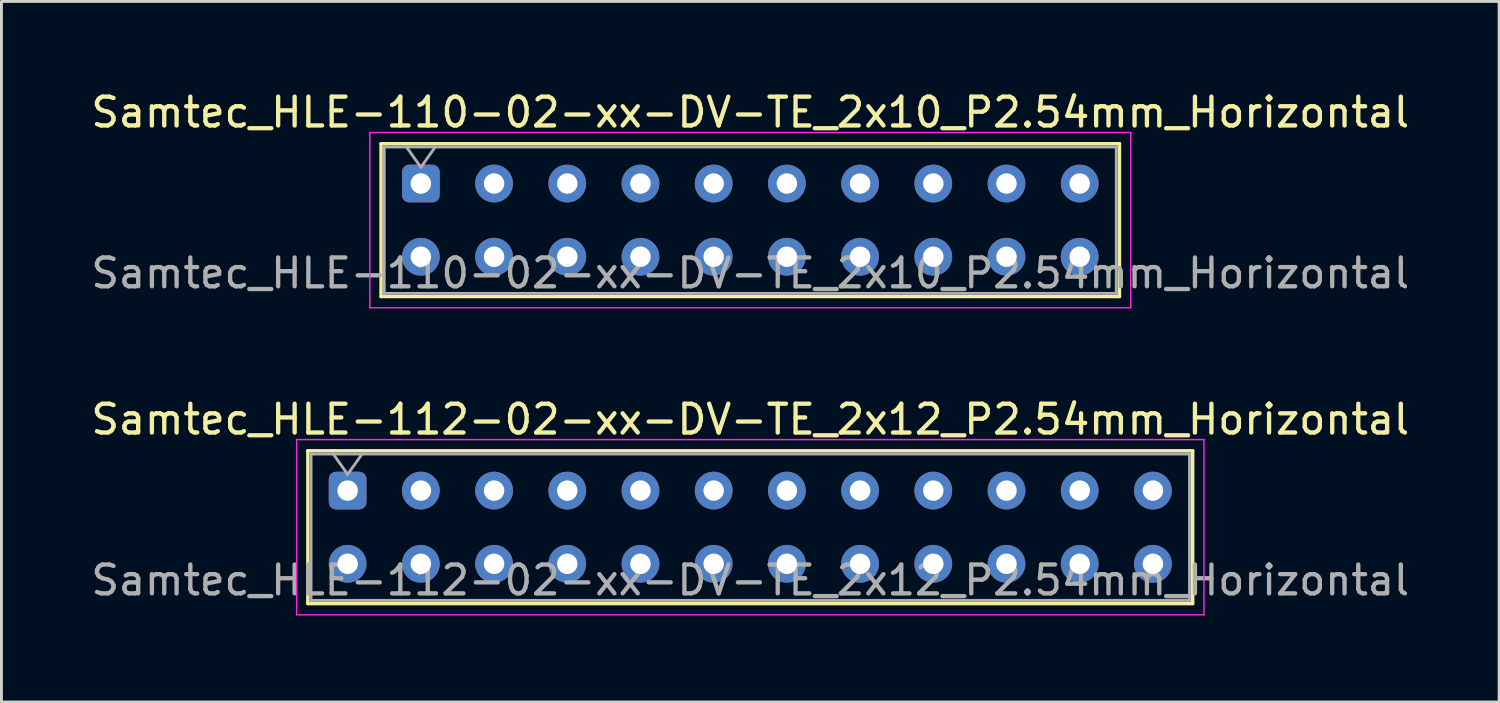
<source format=kicad_pcb>
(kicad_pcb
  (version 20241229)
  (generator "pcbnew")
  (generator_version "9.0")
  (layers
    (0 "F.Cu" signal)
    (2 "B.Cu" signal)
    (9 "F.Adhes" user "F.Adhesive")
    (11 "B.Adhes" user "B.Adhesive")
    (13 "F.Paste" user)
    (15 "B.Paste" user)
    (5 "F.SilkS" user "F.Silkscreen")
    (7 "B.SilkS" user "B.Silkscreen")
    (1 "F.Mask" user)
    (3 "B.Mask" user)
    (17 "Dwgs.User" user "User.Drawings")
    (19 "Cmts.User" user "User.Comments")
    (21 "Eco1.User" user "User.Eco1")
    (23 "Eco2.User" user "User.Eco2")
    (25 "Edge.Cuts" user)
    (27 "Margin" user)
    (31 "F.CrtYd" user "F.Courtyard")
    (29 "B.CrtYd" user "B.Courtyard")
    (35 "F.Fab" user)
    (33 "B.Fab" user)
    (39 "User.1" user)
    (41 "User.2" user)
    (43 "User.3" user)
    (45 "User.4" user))
  (footprint "Samtec_HLE-110-02-xx-DV-TE_2x10_P2.54mm_Horizontal"
    (layer "F.Cu")
    (at 11.552 3.318)
    (property "Reference" "Samtec_HLE-110-02-xx-DV-TE_2x10_P2.54mm_Horizontal" (at 11.43 -2.47 0) (layer "F.SilkS") (effects (font (size 1 1) (thickness 0.15))))
    (attr through_hole)
    (fp_line (start -1.38 -1.38) (end 24.24 -1.38) (stroke (width 0.12) (type solid)) (layer "F.SilkS"))
    (fp_line (start -1.38 3.92) (end -1.38 -1.38) (stroke (width 0.12) (type solid)) (layer "F.SilkS"))
    (fp_line (start 24.24 -1.38) (end 24.24 3.92) (stroke (width 0.12) (type solid)) (layer "F.SilkS"))
    (fp_line (start 24.24 3.92) (end -1.38 3.92) (stroke (width 0.12) (type solid)) (layer "F.SilkS"))
    (fp_line (start -1.77 -1.77) (end 24.63 -1.77) (stroke (width 0.05) (type solid)) (layer "F.CrtYd"))
    (fp_line (start -1.77 4.31) (end -1.77 -1.77) (stroke (width 0.05) (type solid)) (layer "F.CrtYd"))
    (fp_line (start 24.63 -1.77) (end 24.63 4.31) (stroke (width 0.05) (type solid)) (layer "F.CrtYd"))
    (fp_line (start 24.63 4.31) (end -1.77 4.31) (stroke (width 0.05) (type solid)) (layer "F.CrtYd"))
    (fp_line (start -1.27 -1.27) (end 24.13 -1.27) (stroke (width 0.1) (type solid)) (layer "F.Fab"))
    (fp_line (start -1.27 3.81) (end -1.27 -1.27) (stroke (width 0.1) (type solid)) (layer "F.Fab"))
    (fp_line (start -0.5 -1.27) (end 0 -0.563) (stroke (width 0.1) (type solid)) (layer "F.Fab"))
    (fp_line (start 0 -0.563) (end 0.5 -1.27) (stroke (width 0.1) (type solid)) (layer "F.Fab"))
    (fp_line (start 24.13 -1.27) (end 24.13 3.81) (stroke (width 0.1) (type solid)) (layer "F.Fab"))
    (fp_line (start 24.13 3.81) (end -1.27 3.81) (stroke (width 0.1) (type solid)) (layer "F.Fab"))
    (fp_text user "${REFERENCE}" (at 11.43 3.11 0) (layer "F.Fab") (effects (font (size 1 1) (thickness 0.15))))
    (pad "1" thru_hole roundrect (at 0 0) (size 1.31 1.31) (drill 0.71) (layers "*.Cu" "*.Mask") (roundrect_rratio 0.191))
    (pad "2" thru_hole circle (at 0 2.54) (size 1.31 1.31) (drill 0.71) (layers "*.Cu" "*.Mask"))
    (pad "3" thru_hole circle (at 2.54 0) (size 1.31 1.31) (drill 0.71) (layers "*.Cu" "*.Mask"))
    (pad "4" thru_hole circle (at 2.54 2.54) (size 1.31 1.31) (drill 0.71) (layers "*.Cu" "*.Mask"))
    (pad "5" thru_hole circle (at 5.08 0) (size 1.31 1.31) (drill 0.71) (layers "*.Cu" "*.Mask"))
    (pad "6" thru_hole circle (at 5.08 2.54) (size 1.31 1.31) (drill 0.71) (layers "*.Cu" "*.Mask"))
    (pad "7" thru_hole circle (at 7.62 0) (size 1.31 1.31) (drill 0.71) (layers "*.Cu" "*.Mask"))
    (pad "8" thru_hole circle (at 7.62 2.54) (size 1.31 1.31) (drill 0.71) (layers "*.Cu" "*.Mask"))
    (pad "9" thru_hole circle (at 10.16 0) (size 1.31 1.31) (drill 0.71) (layers "*.Cu" "*.Mask"))
    (pad "10" thru_hole circle (at 10.16 2.54) (size 1.31 1.31) (drill 0.71) (layers "*.Cu" "*.Mask"))
    (pad "11" thru_hole circle (at 12.7 0) (size 1.31 1.31) (drill 0.71) (layers "*.Cu" "*.Mask"))
    (pad "12" thru_hole circle (at 12.7 2.54) (size 1.31 1.31) (drill 0.71) (layers "*.Cu" "*.Mask"))
    (pad "13" thru_hole circle (at 15.24 0) (size 1.31 1.31) (drill 0.71) (layers "*.Cu" "*.Mask"))
    (pad "14" thru_hole circle (at 15.24 2.54) (size 1.31 1.31) (drill 0.71) (layers "*.Cu" "*.Mask"))
    (pad "15" thru_hole circle (at 17.78 0) (size 1.31 1.31) (drill 0.71) (layers "*.Cu" "*.Mask"))
    (pad "16" thru_hole circle (at 17.78 2.54) (size 1.31 1.31) (drill 0.71) (layers "*.Cu" "*.Mask"))
    (pad "17" thru_hole circle (at 20.32 0) (size 1.31 1.31) (drill 0.71) (layers "*.Cu" "*.Mask"))
    (pad "18" thru_hole circle (at 20.32 2.54) (size 1.31 1.31) (drill 0.71) (layers "*.Cu" "*.Mask"))
    (pad "19" thru_hole circle (at 22.86 0) (size 1.31 1.31) (drill 0.71) (layers "*.Cu" "*.Mask"))
    (pad "20" thru_hole circle (at 22.86 2.54) (size 1.31 1.31) (drill 0.71) (layers "*.Cu" "*.Mask")))
  (footprint "Samtec_HLE-112-02-xx-DV-TE_2x12_P2.54mm_Horizontal"
    (layer "F.Cu")
    (at 9.012 13.972)
    (property "Reference" "Samtec_HLE-112-02-xx-DV-TE_2x12_P2.54mm_Horizontal" (at 13.97 -2.47 0) (layer "F.SilkS") (effects (font (size 1 1) (thickness 0.15))))
    (attr through_hole)
    (fp_line (start -1.38 -1.38) (end 29.32 -1.38) (stroke (width 0.12) (type solid)) (layer "F.SilkS"))
    (fp_line (start -1.38 3.92) (end -1.38 -1.38) (stroke (width 0.12) (type solid)) (layer "F.SilkS"))
    (fp_line (start 29.32 -1.38) (end 29.32 3.92) (stroke (width 0.12) (type solid)) (layer "F.SilkS"))
    (fp_line (start 29.32 3.92) (end -1.38 3.92) (stroke (width 0.12) (type solid)) (layer "F.SilkS"))
    (fp_line (start -1.77 -1.77) (end 29.71 -1.77) (stroke (width 0.05) (type solid)) (layer "F.CrtYd"))
    (fp_line (start -1.77 4.31) (end -1.77 -1.77) (stroke (width 0.05) (type solid)) (layer "F.CrtYd"))
    (fp_line (start 29.71 -1.77) (end 29.71 4.31) (stroke (width 0.05) (type solid)) (layer "F.CrtYd"))
    (fp_line (start 29.71 4.31) (end -1.77 4.31) (stroke (width 0.05) (type solid)) (layer "F.CrtYd"))
    (fp_line (start -1.27 -1.27) (end 29.21 -1.27) (stroke (width 0.1) (type solid)) (layer "F.Fab"))
    (fp_line (start -1.27 3.81) (end -1.27 -1.27) (stroke (width 0.1) (type solid)) (layer "F.Fab"))
    (fp_line (start -0.5 -1.27) (end 0 -0.563) (stroke (width 0.1) (type solid)) (layer "F.Fab"))
    (fp_line (start 0 -0.563) (end 0.5 -1.27) (stroke (width 0.1) (type solid)) (layer "F.Fab"))
    (fp_line (start 29.21 -1.27) (end 29.21 3.81) (stroke (width 0.1) (type solid)) (layer "F.Fab"))
    (fp_line (start 29.21 3.81) (end -1.27 3.81) (stroke (width 0.1) (type solid)) (layer "F.Fab"))
    (fp_text user "${REFERENCE}" (at 13.97 3.11 0) (layer "F.Fab") (effects (font (size 1 1) (thickness 0.15))))
    (pad "1" thru_hole roundrect (at 0 0) (size 1.31 1.31) (drill 0.71) (layers "*.Cu" "*.Mask") (roundrect_rratio 0.191))
    (pad "2" thru_hole circle (at 0 2.54) (size 1.31 1.31) (drill 0.71) (layers "*.Cu" "*.Mask"))
    (pad "3" thru_hole circle (at 2.54 0) (size 1.31 1.31) (drill 0.71) (layers "*.Cu" "*.Mask"))
    (pad "4" thru_hole circle (at 2.54 2.54) (size 1.31 1.31) (drill 0.71) (layers "*.Cu" "*.Mask"))
    (pad "5" thru_hole circle (at 5.08 0) (size 1.31 1.31) (drill 0.71) (layers "*.Cu" "*.Mask"))
    (pad "6" thru_hole circle (at 5.08 2.54) (size 1.31 1.31) (drill 0.71) (layers "*.Cu" "*.Mask"))
    (pad "7" thru_hole circle (at 7.62 0) (size 1.31 1.31) (drill 0.71) (layers "*.Cu" "*.Mask"))
    (pad "8" thru_hole circle (at 7.62 2.54) (size 1.31 1.31) (drill 0.71) (layers "*.Cu" "*.Mask"))
    (pad "9" thru_hole circle (at 10.16 0) (size 1.31 1.31) (drill 0.71) (layers "*.Cu" "*.Mask"))
    (pad "10" thru_hole circle (at 10.16 2.54) (size 1.31 1.31) (drill 0.71) (layers "*.Cu" "*.Mask"))
    (pad "11" thru_hole circle (at 12.7 0) (size 1.31 1.31) (drill 0.71) (layers "*.Cu" "*.Mask"))
    (pad "12" thru_hole circle (at 12.7 2.54) (size 1.31 1.31) (drill 0.71) (layers "*.Cu" "*.Mask"))
    (pad "13" thru_hole circle (at 15.24 0) (size 1.31 1.31) (drill 0.71) (layers "*.Cu" "*.Mask"))
    (pad "14" thru_hole circle (at 15.24 2.54) (size 1.31 1.31) (drill 0.71) (layers "*.Cu" "*.Mask"))
    (pad "15" thru_hole circle (at 17.78 0) (size 1.31 1.31) (drill 0.71) (layers "*.Cu" "*.Mask"))
    (pad "16" thru_hole circle (at 17.78 2.54) (size 1.31 1.31) (drill 0.71) (layers "*.Cu" "*.Mask"))
    (pad "17" thru_hole circle (at 20.32 0) (size 1.31 1.31) (drill 0.71) (layers "*.Cu" "*.Mask"))
    (pad "18" thru_hole circle (at 20.32 2.54) (size 1.31 1.31) (drill 0.71) (layers "*.Cu" "*.Mask"))
    (pad "19" thru_hole circle (at 22.86 0) (size 1.31 1.31) (drill 0.71) (layers "*.Cu" "*.Mask"))
    (pad "20" thru_hole circle (at 22.86 2.54) (size 1.31 1.31) (drill 0.71) (layers "*.Cu" "*.Mask"))
    (pad "21" thru_hole circle (at 25.4 0) (size 1.31 1.31) (drill 0.71) (layers "*.Cu" "*.Mask"))
    (pad "22" thru_hole circle (at 25.4 2.54) (size 1.31 1.31) (drill 0.71) (layers "*.Cu" "*.Mask"))
    (pad "23" thru_hole circle (at 27.94 0) (size 1.31 1.31) (drill 0.71) (layers "*.Cu" "*.Mask"))
    (pad "24" thru_hole circle (at 27.94 2.54) (size 1.31 1.31) (drill 0.71) (layers "*.Cu" "*.Mask")))
  (gr_rect
    (start -3 -3)
    (end 48.964 21.306)
    (stroke (width 0.1) (type default))
    (fill no)
    (layer "Edge.Cuts")))
</source>
